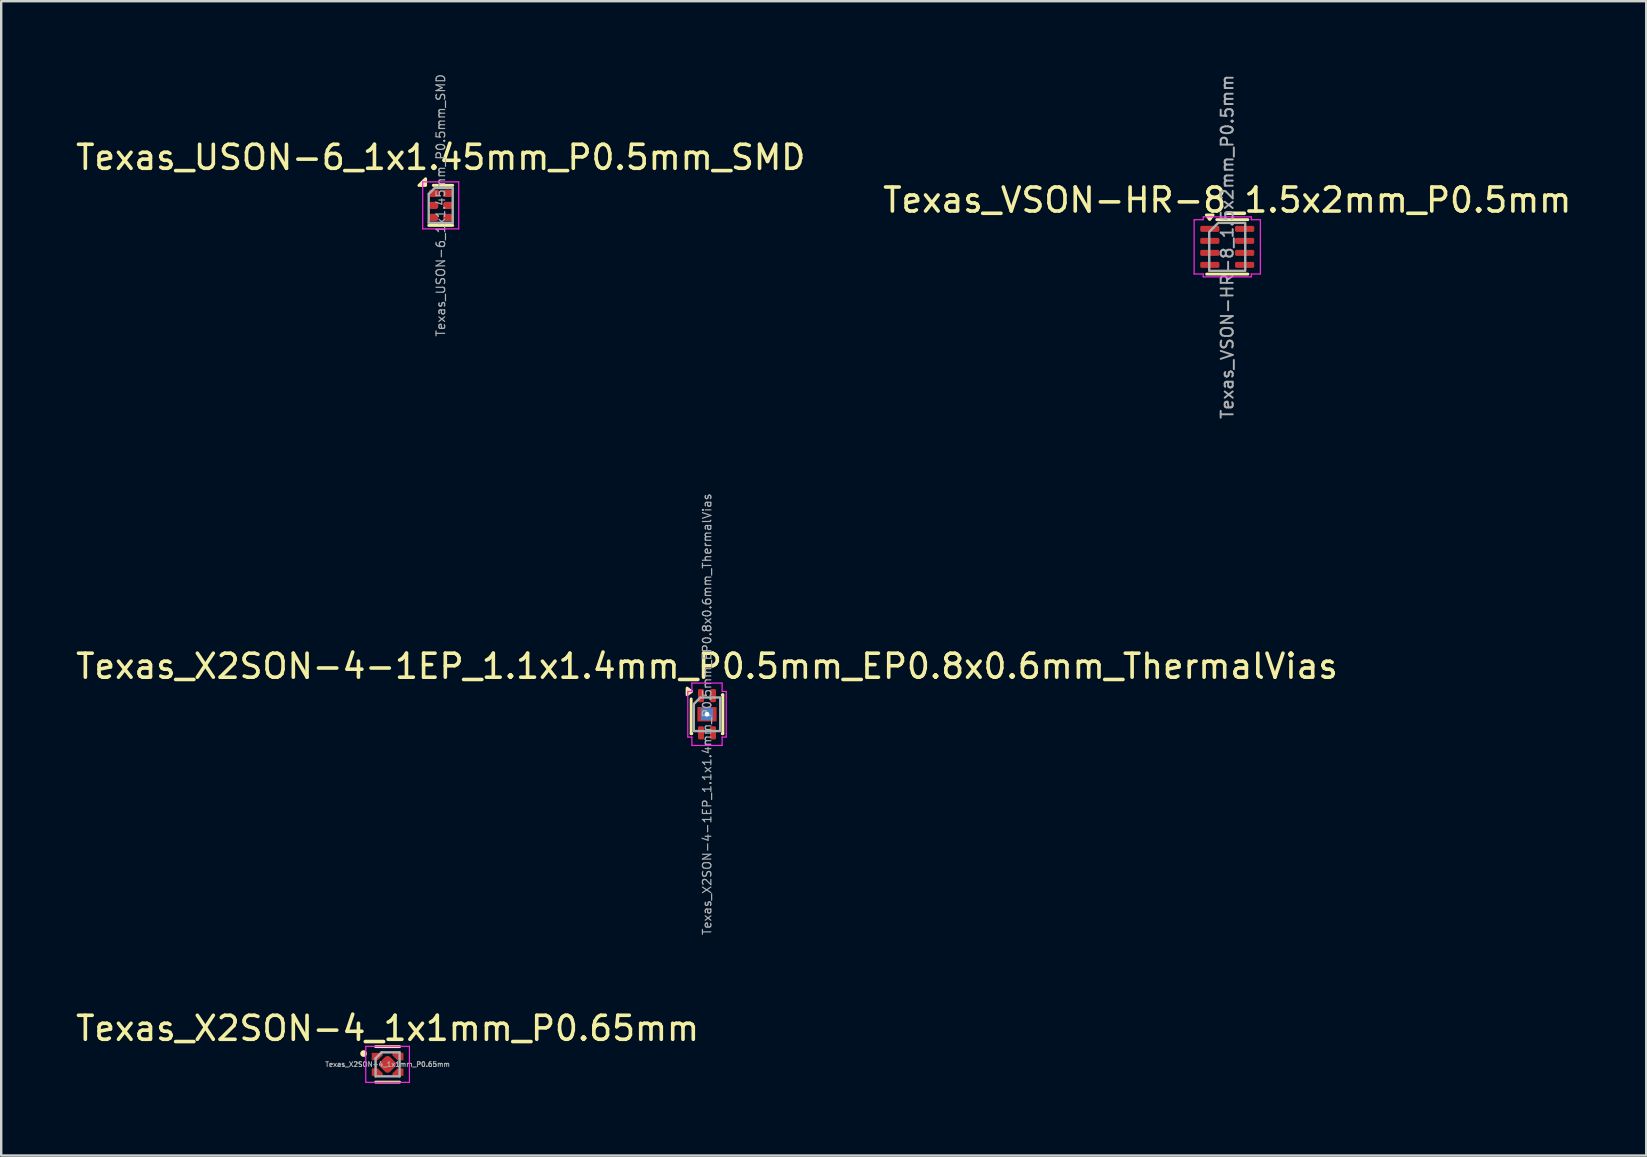
<source format=kicad_pcb>
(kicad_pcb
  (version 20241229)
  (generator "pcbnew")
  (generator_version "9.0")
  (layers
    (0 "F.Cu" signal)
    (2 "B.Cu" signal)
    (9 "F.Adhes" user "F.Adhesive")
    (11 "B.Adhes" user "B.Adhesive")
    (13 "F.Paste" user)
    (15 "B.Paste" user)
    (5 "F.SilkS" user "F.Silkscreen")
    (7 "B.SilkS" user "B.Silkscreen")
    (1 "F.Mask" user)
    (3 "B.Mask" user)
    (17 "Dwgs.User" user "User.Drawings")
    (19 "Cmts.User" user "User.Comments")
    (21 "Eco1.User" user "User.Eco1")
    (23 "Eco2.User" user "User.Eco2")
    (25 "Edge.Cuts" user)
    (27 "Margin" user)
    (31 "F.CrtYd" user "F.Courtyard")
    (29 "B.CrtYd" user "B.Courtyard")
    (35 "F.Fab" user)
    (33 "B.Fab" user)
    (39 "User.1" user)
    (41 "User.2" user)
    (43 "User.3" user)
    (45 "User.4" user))
  (footprint "Texas_X2SON-4_1x1mm_P0.65mm"
    (layer "F.Cu")
    (at 13.101 41.302)
    (property "Reference" "Texas_X2SON-4_1x1mm_P0.65mm" (at 0 -1.5 0) (layer "F.SilkS") (effects (font (size 1 1) (thickness 0.15))))
    (attr smd)
    (fp_line (start -0.5 -0.74) (end 0.5 -0.74) (stroke (width 0.12) (type solid)) (layer "F.SilkS"))
    (fp_line (start -0.5 0.74) (end 0.5 0.74) (stroke (width 0.12) (type solid)) (layer "F.SilkS"))
    (fp_circle (center -1 -0.45) (end -0.86 -0.46) (stroke (width 0) (type solid)) (fill yes) (layer "F.SilkS"))
    (fp_line (start -0.91 -0.75) (end 0.91 -0.75) (stroke (width 0.05) (type solid)) (layer "F.CrtYd"))
    (fp_line (start -0.91 0.75) (end -0.91 -0.75) (stroke (width 0.05) (type solid)) (layer "F.CrtYd"))
    (fp_line (start 0.91 -0.75) (end 0.91 0.75) (stroke (width 0.05) (type solid)) (layer "F.CrtYd"))
    (fp_line (start 0.91 0.75) (end -0.91 0.75) (stroke (width 0.05) (type solid)) (layer "F.CrtYd"))
    (fp_line (start -0.5 -0.25) (end -0.25 -0.5) (stroke (width 0.1) (type solid)) (layer "F.Fab"))
    (fp_line (start -0.5 0.5) (end -0.5 -0.25) (stroke (width 0.1) (type solid)) (layer "F.Fab"))
    (fp_line (start -0.25 -0.5) (end 0.5 -0.5) (stroke (width 0.1) (type solid)) (layer "F.Fab"))
    (fp_line (start 0.5 -0.5) (end 0.5 0.5) (stroke (width 0.1) (type solid)) (layer "F.Fab"))
    (fp_line (start 0.5 0.5) (end -0.5 0.5) (stroke (width 0.1) (type solid)) (layer "F.Fab"))
    (fp_text user "${REFERENCE}" (at 0 0 0) (layer "F.Fab") (effects (font (size 0.2 0.2) (thickness 0.04))))
    (pad "" smd custom (at -0.43 -0.325) (size 0.148 0.148) (layers "F.Mask") (options (anchor circle)) (primitives (gr_poly (pts (xy 0.18 -0.075) (xy 0 0.105) (xy -0.18 0.105) (xy -0.18 -0.105) (xy 0.18 -0.105)) (width 0) (fill yes))))
    (pad "" smd custom (at -0.43 -0.325) (size 0.148 0.148) (layers "F.Paste") (options (anchor circle)) (primitives (gr_poly (pts (xy 0.18 -0.075) (xy 0 0.105) (xy -0.22 0.105) (xy -0.22 -0.105) (xy 0.18 -0.105)) (width 0) (fill yes))))
    (pad "" smd custom (at -0.43 0.325) (size 0.148 0.148) (layers "F.Mask") (options (anchor circle)) (primitives (gr_poly (pts (xy 0.18 0.075) (xy 0.18 0.105) (xy -0.18 0.105) (xy -0.18 -0.105) (xy 0 -0.105)) (width 0) (fill yes))))
    (pad "" smd custom (at -0.43 0.325) (size 0.148 0.148) (layers "F.Paste") (options (anchor circle)) (primitives (gr_poly (pts (xy 0.18 0.075) (xy 0.18 0.105) (xy -0.22 0.105) (xy -0.22 -0.105) (xy 0 -0.105)) (width 0) (fill yes))))
    (pad "" smd custom (at 0.43 -0.325) (size 0.148 0.148) (layers "F.Mask") (options (anchor circle)) (primitives (gr_poly (pts (xy 0.18 0.105) (xy 0 0.105) (xy -0.18 -0.075) (xy -0.18 -0.105) (xy 0.18 -0.105)) (width 0) (fill yes))))
    (pad "" smd custom (at 0.43 -0.325) (size 0.148 0.148) (layers "F.Paste") (options (anchor circle)) (primitives (gr_poly (pts (xy 0.22 0.105) (xy 0 0.105) (xy -0.18 -0.075) (xy -0.18 -0.105) (xy 0.22 -0.105)) (width 0) (fill yes))))
    (pad "" smd custom (at 0.43 0.325) (size 0.148 0.148) (layers "F.Mask") (options (anchor circle)) (primitives (gr_poly (pts (xy 0.18 0.105) (xy -0.18 0.105) (xy -0.18 0.075) (xy 0 -0.105) (xy 0.18 -0.105)) (width 0) (fill yes))))
    (pad "" smd custom (at 0.43 0.325) (size 0.148 0.148) (layers "F.Paste") (options (anchor circle)) (primitives (gr_poly (pts (xy 0.22 0.105) (xy -0.18 0.105) (xy -0.18 0.075) (xy 0 -0.105) (xy 0.22 -0.105)) (width 0) (fill yes))))
    (pad "1" smd custom (at -0.43 -0.325) (size 0.148 0.148) (layers "F.Cu") (options (anchor circle)) (primitives (gr_poly (pts (xy 0.23 -0.054) (xy 0.021 0.155) (xy -0.23 0.155) (xy -0.23 -0.155) (xy 0.23 -0.155)) (width 0) (fill yes))))
    (pad "2" smd custom (at -0.43 0.325) (size 0.148 0.148) (layers "F.Cu") (options (anchor circle)) (primitives (gr_poly (pts (xy 0.23 0.054) (xy 0.23 0.155) (xy -0.23 0.155) (xy -0.23 -0.155) (xy 0.021 -0.155)) (width 0) (fill yes))))
    (pad "3" smd custom (at 0.43 0.325) (size 0.148 0.148) (layers "F.Cu") (options (anchor circle)) (primitives (gr_poly (pts (xy 0.23 0.155) (xy -0.23 0.155) (xy -0.23 0.054) (xy -0.021 -0.155) (xy 0.23 -0.155)) (width 0) (fill yes))))
    (pad "4" smd custom (at 0.43 -0.325) (size 0.148 0.148) (layers "F.Cu") (options (anchor circle)) (primitives (gr_poly (pts (xy 0.23 0.155) (xy -0.021 0.155) (xy -0.23 -0.054) (xy -0.23 -0.155) (xy 0.23 -0.155)) (width 0) (fill yes))))
    (pad "5" smd roundrect (at 0 0 45) (size 0.58 0.58) (layers "F.Cu" "F.Mask" "F.Paste") (roundrect_rratio 0.25)))
  (footprint "Texas_X2SON-4-1EP_1.1x1.4mm_P0.5mm_EP0.8x0.6mm_ThermalVias"
    (layer "F.Cu")
    (at 26.411 26.713)
    (property "Reference" "Texas_X2SON-4-1EP_1.1x1.4mm_P0.5mm_EP0.8x0.6mm_ThermalVias" (at 0 -2 0) (layer "F.SilkS") (effects (font (size 1 1) (thickness 0.15))))
    (attr smd)
    (fp_line (start -0.66 0.81) (end -0.66 -0.637) (stroke (width 0.12) (type solid)) (layer "F.SilkS"))
    (fp_line (start -0.635 0.81) (end -0.66 0.81) (stroke (width 0.12) (type solid)) (layer "F.SilkS"))
    (fp_line (start 0.635 -0.81) (end 0.66 -0.81) (stroke (width 0.12) (type solid)) (layer "F.SilkS"))
    (fp_line (start 0.66 -0.81) (end 0.66 0.81) (stroke (width 0.12) (type solid)) (layer "F.SilkS"))
    (fp_line (start 0.66 0.81) (end 0.635 0.81) (stroke (width 0.12) (type solid)) (layer "F.SilkS"))
    (fp_poly (pts (xy -0.64 -0.95) (xy -0.83 -0.81) (xy -0.83 -1.09)) (stroke (width 0.12) (type solid)) (fill yes) (layer "F.SilkS"))
    (fp_line (start -0.8 -0.95) (end -0.63 -0.95) (stroke (width 0.05) (type solid)) (layer "F.CrtYd"))
    (fp_line (start -0.8 0.95) (end -0.8 -0.95) (stroke (width 0.05) (type solid)) (layer "F.CrtYd"))
    (fp_line (start -0.63 -1.3) (end 0.63 -1.3) (stroke (width 0.05) (type solid)) (layer "F.CrtYd"))
    (fp_line (start -0.63 -0.95) (end -0.63 -1.3) (stroke (width 0.05) (type solid)) (layer "F.CrtYd"))
    (fp_line (start -0.63 0.95) (end -0.8 0.95) (stroke (width 0.05) (type solid)) (layer "F.CrtYd"))
    (fp_line (start -0.63 1.3) (end -0.63 0.95) (stroke (width 0.05) (type solid)) (layer "F.CrtYd"))
    (fp_line (start 0.63 -1.3) (end 0.63 -0.95) (stroke (width 0.05) (type solid)) (layer "F.CrtYd"))
    (fp_line (start 0.63 -0.95) (end 0.8 -0.95) (stroke (width 0.05) (type solid)) (layer "F.CrtYd"))
    (fp_line (start 0.63 0.95) (end 0.63 1.3) (stroke (width 0.05) (type solid)) (layer "F.CrtYd"))
    (fp_line (start 0.63 1.3) (end -0.63 1.3) (stroke (width 0.05) (type solid)) (layer "F.CrtYd"))
    (fp_line (start 0.8 -0.95) (end 0.8 0.95) (stroke (width 0.05) (type solid)) (layer "F.CrtYd"))
    (fp_line (start 0.8 0.95) (end 0.63 0.95) (stroke (width 0.05) (type solid)) (layer "F.CrtYd"))
    (fp_poly (pts (xy -0.55 -0.425) (xy -0.55 0.7) (xy 0.55 0.7) (xy 0.55 -0.7) (xy -0.275 -0.7)) (stroke (width 0.1) (type solid)) (fill no) (layer "F.Fab"))
    (fp_text user "${REFERENCE}" (at 0 0 90) (layer "F.Fab") (effects (font (size 0.35 0.35) (thickness 0.05))))
    (pad "" smd roundrect (at 0 0) (size 0.69 0.52) (layers "F.Paste") (roundrect_rratio 0.25))
    (pad "1" smd roundrect (at -0.25 -0.775) (size 0.25 0.55) (layers "F.Cu" "F.Mask" "F.Paste") (roundrect_rratio 0.25))
    (pad "2" smd roundrect (at -0.25 0.775) (size 0.25 0.55) (layers "F.Cu" "F.Mask" "F.Paste") (roundrect_rratio 0.25))
    (pad "3" smd roundrect (at 0.25 0.775) (size 0.25 0.55) (layers "F.Cu" "F.Mask" "F.Paste") (roundrect_rratio 0.25))
    (pad "4" smd roundrect (at 0.25 -0.775) (size 0.25 0.55) (layers "F.Cu" "F.Mask" "F.Paste") (roundrect_rratio 0.25))
    (pad "5" thru_hole circle (at 0 0) (size 0.5 0.5) (drill 0.2) (property pad_prop_heatsink) (layers "*.Cu"))
    (pad "5" smd rect (at 0 0) (size 0.5 0.5) (property pad_prop_heatsink) (layers "B.Cu"))
    (pad "5" smd rect (at 0 0) (size 0.8 0.6) (property pad_prop_heatsink) (layers "F.Cu" "F.Mask")))
  (footprint "Texas_USON-6_1x1.45mm_P0.5mm_SMD"
    (layer "F.Cu")
    (at 15.315 5.508)
    (property "Reference" "Texas_USON-6_1x1.45mm_P0.5mm_SMD" (at 0 -2 0) (layer "F.SilkS") (effects (font (size 1 1) (thickness 0.15))))
    (attr smd)
    (fp_line (start -0.5 0.835) (end 0.5 0.835) (stroke (width 0.12) (type solid)) (layer "F.SilkS"))
    (fp_line (start -0.31 -0.835) (end 0.5 -0.835) (stroke (width 0.12) (type solid)) (layer "F.SilkS"))
    (fp_poly (pts (xy -0.63 -0.83) (xy -0.91 -0.83) (xy -0.63 -1.11) (xy -0.63 -0.83)) (stroke (width 0.12) (type solid)) (fill yes) (layer "F.SilkS"))
    (fp_line (start -0.75 -0.98) (end -0.75 0.98) (stroke (width 0.05) (type solid)) (layer "F.CrtYd"))
    (fp_line (start -0.75 0.98) (end 0.75 0.98) (stroke (width 0.05) (type solid)) (layer "F.CrtYd"))
    (fp_line (start 0.75 -0.98) (end -0.75 -0.98) (stroke (width 0.05) (type solid)) (layer "F.CrtYd"))
    (fp_line (start 0.75 0.98) (end 0.75 -0.98) (stroke (width 0.05) (type solid)) (layer "F.CrtYd"))
    (fp_line (start -0.5 -0.475) (end -0.25 -0.725) (stroke (width 0.1) (type solid)) (layer "F.Fab"))
    (fp_line (start -0.5 0.725) (end -0.5 -0.475) (stroke (width 0.1) (type solid)) (layer "F.Fab"))
    (fp_line (start -0.25 -0.725) (end 0.5 -0.725) (stroke (width 0.1) (type solid)) (layer "F.Fab"))
    (fp_line (start 0.5 -0.725) (end 0.5 0.725) (stroke (width 0.1) (type solid)) (layer "F.Fab"))
    (fp_line (start 0.5 0.725) (end -0.5 0.725) (stroke (width 0.1) (type solid)) (layer "F.Fab"))
    (fp_text user "${REFERENCE}" (at 0 0 90) (layer "F.Fab") (effects (font (size 0.36 0.36) (thickness 0.05))))
    (pad "1" smd roundrect (at -0.275 -0.5) (size 0.45 0.3) (layers "F.Cu" "F.Mask" "F.Paste") (roundrect_rratio 0.333))
    (pad "2" smd roundrect (at -0.3 0) (size 0.4 0.3) (layers "F.Cu" "F.Mask" "F.Paste") (roundrect_rratio 0.333))
    (pad "3" smd roundrect (at -0.3 0.5) (size 0.4 0.3) (layers "F.Cu" "F.Mask" "F.Paste") (roundrect_rratio 0.333))
    (pad "4" smd roundrect (at 0.3 0.5) (size 0.4 0.3) (layers "F.Cu" "F.Mask" "F.Paste") (roundrect_rratio 0.333))
    (pad "5" smd roundrect (at 0.3 0) (size 0.4 0.3) (layers "F.Cu" "F.Mask" "F.Paste") (roundrect_rratio 0.333))
    (pad "6" smd roundrect (at 0.3 -0.5) (size 0.4 0.3) (layers "F.Cu" "F.Mask" "F.Paste") (roundrect_rratio 0.333)))
  (footprint "Texas_VSON-HR-8_1.5x2mm_P0.5mm"
    (layer "F.Cu")
    (at 48.089 7.237)
    (property "Reference" "Texas_VSON-HR-8_1.5x2mm_P0.5mm" (at 0 -1.95 0) (layer "F.SilkS") (effects (font (size 1 1) (thickness 0.15))))
    (attr smd)
    (fp_line (start -0.436 -1.135) (end 0.86 -1.135) (stroke (width 0.12) (type solid)) (layer "F.SilkS"))
    (fp_line (start 0.86 1.135) (end -0.86 1.135) (stroke (width 0.12) (type solid)) (layer "F.SilkS"))
    (fp_poly (pts (xy -0.73 -1.14) (xy -0.87 -1.33) (xy -0.59 -1.33)) (stroke (width 0.12) (type solid)) (fill yes) (layer "F.SilkS"))
    (fp_line (start -1.38 -1.13) (end -1 -1.13) (stroke (width 0.05) (type solid)) (layer "F.CrtYd"))
    (fp_line (start -1.38 1.13) (end -1.38 -1.13) (stroke (width 0.05) (type solid)) (layer "F.CrtYd"))
    (fp_line (start -1 -1.25) (end 1 -1.25) (stroke (width 0.05) (type solid)) (layer "F.CrtYd"))
    (fp_line (start -1 -1.13) (end -1 -1.25) (stroke (width 0.05) (type solid)) (layer "F.CrtYd"))
    (fp_line (start -1 1.13) (end -1.38 1.13) (stroke (width 0.05) (type solid)) (layer "F.CrtYd"))
    (fp_line (start -1 1.25) (end -1 1.13) (stroke (width 0.05) (type solid)) (layer "F.CrtYd"))
    (fp_line (start 1 -1.25) (end 1 -1.13) (stroke (width 0.05) (type solid)) (layer "F.CrtYd"))
    (fp_line (start 1 -1.13) (end 1.38 -1.13) (stroke (width 0.05) (type solid)) (layer "F.CrtYd"))
    (fp_line (start 1 1.13) (end 1 1.25) (stroke (width 0.05) (type solid)) (layer "F.CrtYd"))
    (fp_line (start 1 1.25) (end -1 1.25) (stroke (width 0.05) (type solid)) (layer "F.CrtYd"))
    (fp_line (start 1.38 -1.13) (end 1.38 1.13) (stroke (width 0.05) (type solid)) (layer "F.CrtYd"))
    (fp_line (start 1.38 1.13) (end 1 1.13) (stroke (width 0.05) (type solid)) (layer "F.CrtYd"))
    (fp_poly (pts (xy -0.75 -0.625) (xy -0.75 1) (xy 0.75 1) (xy 0.75 -1) (xy -0.375 -1)) (stroke (width 0.1) (type solid)) (fill no) (layer "F.Fab"))
    (fp_text user "${REFERENCE}" (at 0 0 90) (layer "F.Fab") (effects (font (size 0.5 0.5) (thickness 0.08))))
    (pad "1" smd roundrect (at -0.725 -0.75) (size 0.8 0.25) (layers "F.Cu" "F.Mask" "F.Paste") (roundrect_rratio 0.25))
    (pad "2" smd roundrect (at -0.725 -0.25) (size 0.8 0.25) (layers "F.Cu" "F.Mask" "F.Paste") (roundrect_rratio 0.25))
    (pad "3" smd roundrect (at -0.725 0.25) (size 0.8 0.25) (layers "F.Cu" "F.Mask" "F.Paste") (roundrect_rratio 0.25))
    (pad "4" smd roundrect (at -0.725 0.75) (size 0.8 0.25) (layers "F.Cu" "F.Mask" "F.Paste") (roundrect_rratio 0.25))
    (pad "5" smd roundrect (at 0.725 0.75) (size 0.8 0.25) (layers "F.Cu" "F.Mask" "F.Paste") (roundrect_rratio 0.25))
    (pad "6" smd roundrect (at 0.725 0.25) (size 0.8 0.25) (layers "F.Cu" "F.Mask" "F.Paste") (roundrect_rratio 0.25))
    (pad "7" smd roundrect (at 0.725 -0.25) (size 0.8 0.25) (layers "F.Cu" "F.Mask" "F.Paste") (roundrect_rratio 0.25))
    (pad "8" smd roundrect (at 0.725 -0.75) (size 0.8 0.25) (layers "F.Cu" "F.Mask" "F.Paste") (roundrect_rratio 0.25)))
  (gr_rect
    (start -3 -3)
    (end 65.548 45.102)
    (stroke (width 0.1) (type default))
    (fill no)
    (layer "Edge.Cuts")))
</source>
